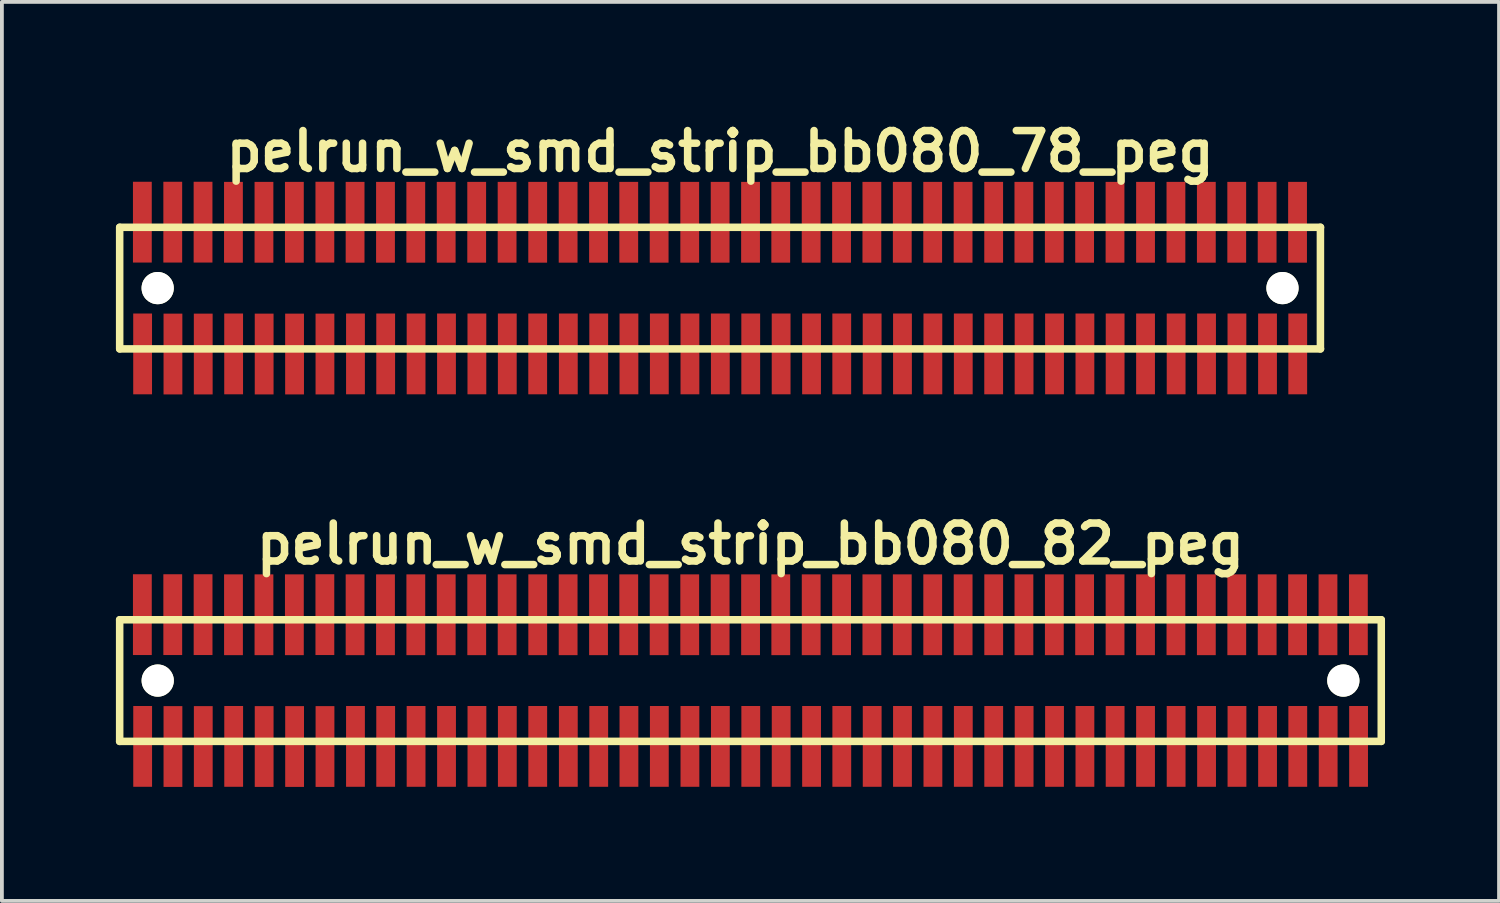
<source format=kicad_pcb>
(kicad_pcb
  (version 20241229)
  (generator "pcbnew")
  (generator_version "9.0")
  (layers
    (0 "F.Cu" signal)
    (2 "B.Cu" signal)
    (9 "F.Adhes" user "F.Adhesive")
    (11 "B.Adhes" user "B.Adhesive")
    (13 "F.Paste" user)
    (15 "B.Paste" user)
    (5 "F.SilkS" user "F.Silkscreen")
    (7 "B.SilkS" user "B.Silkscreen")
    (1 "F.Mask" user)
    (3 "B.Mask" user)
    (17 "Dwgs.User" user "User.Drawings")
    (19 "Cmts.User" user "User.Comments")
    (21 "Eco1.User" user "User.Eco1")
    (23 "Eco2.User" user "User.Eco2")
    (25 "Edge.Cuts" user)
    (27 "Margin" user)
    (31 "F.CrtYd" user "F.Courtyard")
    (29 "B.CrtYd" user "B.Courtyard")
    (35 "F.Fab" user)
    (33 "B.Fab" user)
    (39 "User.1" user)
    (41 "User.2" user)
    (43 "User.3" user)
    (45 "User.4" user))
  (footprint "pelrun_w_smd_strip_bb080_78_peg"
    (layer "F.Cu")
    (at 15.9 4.531)
    (property "Reference" "pelrun_w_smd_strip_bb080_78_peg" (at 0 -3.599 0) (layer "F.SilkS") (effects (font (size 0.998 0.998) (thickness 0.198))))
    (attr through_hole)
    (fp_line (start -15.801 -1.6) (end -15.801 1.6) (stroke (width 0.198) (type solid)) (layer "F.SilkS"))
    (fp_line (start -15.799 1.6) (end 15.799 1.6) (stroke (width 0.198) (type solid)) (layer "F.SilkS"))
    (fp_line (start 15.796 1.6) (end 15.796 -1.6) (stroke (width 0.198) (type solid)) (layer "F.SilkS"))
    (fp_line (start 15.799 -1.6) (end -15.799 -1.6) (stroke (width 0.198) (type solid)) (layer "F.SilkS"))
    (pad "" np_thru_hole circle (at -14.801 0) (size 0.848 0.848) (drill 0.848) (layers "*.Cu" "*.Mask" "F.SilkS"))
    (pad "" np_thru_hole circle (at 14.798 0) (size 0.848 0.848) (drill 0.848) (layers "*.Cu" "*.Mask" "F.SilkS"))
    (pad "1" smd rect (at -15.197 1.732) (size 0.495 2.126) (layers "F.Cu" "F.Mask" "F.Paste"))
    (pad "2" smd rect (at -15.204 -1.735) (size 0.495 2.126) (layers "F.Cu" "F.Mask" "F.Paste"))
    (pad "3" smd rect (at -14.399 1.735) (size 0.495 2.126) (layers "F.Cu" "F.Mask" "F.Paste"))
    (pad "4" smd rect (at -14.404 -1.735) (size 0.495 2.126) (layers "F.Cu" "F.Mask" "F.Paste"))
    (pad "5" smd rect (at -13.602 1.735) (size 0.495 2.126) (layers "F.Cu" "F.Mask" "F.Paste"))
    (pad "6" smd rect (at -13.607 -1.735) (size 0.495 2.126) (layers "F.Cu" "F.Mask" "F.Paste"))
    (pad "7" smd rect (at -12.802 1.732) (size 0.495 2.126) (layers "F.Cu" "F.Mask" "F.Paste"))
    (pad "8" smd rect (at -12.807 -1.732) (size 0.495 2.126) (layers "F.Cu" "F.Mask" "F.Paste"))
    (pad "9" smd rect (at -11.999 1.735) (size 0.495 2.126) (layers "F.Cu" "F.Mask" "F.Paste"))
    (pad "10" smd rect (at -12.004 -1.732) (size 0.495 2.126) (layers "F.Cu" "F.Mask" "F.Paste"))
    (pad "11" smd rect (at -11.199 1.735) (size 0.495 2.126) (layers "F.Cu" "F.Mask" "F.Paste"))
    (pad "12" smd rect (at -11.204 -1.732) (size 0.495 2.126) (layers "F.Cu" "F.Mask" "F.Paste"))
    (pad "13" smd rect (at -10.399 1.735) (size 0.495 2.126) (layers "F.Cu" "F.Mask" "F.Paste"))
    (pad "14" smd rect (at -10.401 -1.735) (size 0.495 2.126) (layers "F.Cu" "F.Mask" "F.Paste"))
    (pad "15" smd rect (at -9.596 1.732) (size 0.495 2.126) (layers "F.Cu" "F.Mask" "F.Paste"))
    (pad "16" smd rect (at -9.606 -1.732) (size 0.495 2.126) (layers "F.Cu" "F.Mask" "F.Paste"))
    (pad "17" smd rect (at -8.801 1.732) (size 0.495 2.126) (layers "F.Cu" "F.Mask" "F.Paste"))
    (pad "18" smd rect (at -8.806 -1.732) (size 0.495 2.126) (layers "F.Cu" "F.Mask" "F.Paste"))
    (pad "19" smd rect (at -8.001 1.732) (size 0.495 2.126) (layers "F.Cu" "F.Mask" "F.Paste"))
    (pad "20" smd rect (at -8.009 -1.732) (size 0.495 2.126) (layers "F.Cu" "F.Mask" "F.Paste"))
    (pad "21" smd rect (at -7.201 1.732) (size 0.495 2.126) (layers "F.Cu" "F.Mask" "F.Paste"))
    (pad "22" smd rect (at -7.209 -1.732) (size 0.495 2.126) (layers "F.Cu" "F.Mask" "F.Paste"))
    (pad "23" smd rect (at -6.401 1.732) (size 0.495 2.126) (layers "F.Cu" "F.Mask" "F.Paste"))
    (pad "24" smd rect (at -6.406 -1.732) (size 0.495 2.126) (layers "F.Cu" "F.Mask" "F.Paste"))
    (pad "25" smd rect (at -5.601 1.732) (size 0.495 2.126) (layers "F.Cu" "F.Mask" "F.Paste"))
    (pad "26" smd rect (at -5.606 -1.732) (size 0.495 2.126) (layers "F.Cu" "F.Mask" "F.Paste"))
    (pad "27" smd rect (at -4.801 1.732) (size 0.495 2.126) (layers "F.Cu" "F.Mask" "F.Paste"))
    (pad "28" smd rect (at -4.801 -1.732) (size 0.495 2.126) (layers "F.Cu" "F.Mask" "F.Paste"))
    (pad "29" smd rect (at -3.995 1.732) (size 0.495 2.126) (layers "F.Cu" "F.Mask" "F.Paste"))
    (pad "30" smd rect (at -4 -1.732) (size 0.495 2.126) (layers "F.Cu" "F.Mask" "F.Paste"))
    (pad "31" smd rect (at -3.195 1.732) (size 0.495 2.126) (layers "F.Cu" "F.Mask" "F.Paste"))
    (pad "32" smd rect (at -3.2 -1.732) (size 0.495 2.126) (layers "F.Cu" "F.Mask" "F.Paste"))
    (pad "33" smd rect (at -2.4 1.732) (size 0.495 2.126) (layers "F.Cu" "F.Mask" "F.Paste"))
    (pad "34" smd rect (at -2.405 -1.732) (size 0.495 2.126) (layers "F.Cu" "F.Mask" "F.Paste"))
    (pad "35" smd rect (at -1.6 1.732) (size 0.495 2.126) (layers "F.Cu" "F.Mask" "F.Paste"))
    (pad "36" smd rect (at -1.605 -1.732) (size 0.495 2.126) (layers "F.Cu" "F.Mask" "F.Paste"))
    (pad "37" smd rect (at -0.795 1.732) (size 0.495 2.126) (layers "F.Cu" "F.Mask" "F.Paste"))
    (pad "38" smd rect (at -0.8 -1.732) (size 0.495 2.126) (layers "F.Cu" "F.Mask" "F.Paste"))
    (pad "39" smd rect (at 0.005 1.732) (size 0.495 2.126) (layers "F.Cu" "F.Mask" "F.Paste"))
    (pad "40" smd rect (at 0 -1.732) (size 0.495 2.126) (layers "F.Cu" "F.Mask" "F.Paste"))
    (pad "41" smd rect (at 0.805 1.732) (size 0.495 2.126) (layers "F.Cu" "F.Mask" "F.Paste"))
    (pad "42" smd rect (at 0.8 -1.732) (size 0.495 2.126) (layers "F.Cu" "F.Mask" "F.Paste"))
    (pad "43" smd rect (at 1.605 1.732) (size 0.495 2.126) (layers "F.Cu" "F.Mask" "F.Paste"))
    (pad "44" smd rect (at 1.595 -1.732) (size 0.495 2.126) (layers "F.Cu" "F.Mask" "F.Paste"))
    (pad "45" smd rect (at 2.405 1.732) (size 0.495 2.126) (layers "F.Cu" "F.Mask" "F.Paste"))
    (pad "46" smd rect (at 2.395 -1.732) (size 0.495 2.126) (layers "F.Cu" "F.Mask" "F.Paste"))
    (pad "47" smd rect (at 3.2 1.732) (size 0.495 2.126) (layers "F.Cu" "F.Mask" "F.Paste"))
    (pad "48" smd rect (at 3.195 -1.732) (size 0.495 2.126) (layers "F.Cu" "F.Mask" "F.Paste"))
    (pad "49" smd rect (at 4 1.732) (size 0.495 2.126) (layers "F.Cu" "F.Mask" "F.Paste"))
    (pad "50" smd rect (at 3.993 -1.732) (size 0.495 2.126) (layers "F.Cu" "F.Mask" "F.Paste"))
    (pad "51" smd rect (at 4.798 1.732) (size 0.495 2.126) (layers "F.Cu" "F.Mask" "F.Paste"))
    (pad "52" smd rect (at 4.793 -1.732) (size 0.495 2.126) (layers "F.Cu" "F.Mask" "F.Paste"))
    (pad "53" smd rect (at 5.598 1.732) (size 0.495 2.126) (layers "F.Cu" "F.Mask" "F.Paste"))
    (pad "54" smd rect (at 5.593 -1.732) (size 0.495 2.126) (layers "F.Cu" "F.Mask" "F.Paste"))
    (pad "55" smd rect (at 6.398 1.732) (size 0.495 2.126) (layers "F.Cu" "F.Mask" "F.Paste"))
    (pad "56" smd rect (at 6.393 -1.732) (size 0.495 2.126) (layers "F.Cu" "F.Mask" "F.Paste"))
    (pad "57" smd rect (at 7.198 1.732) (size 0.495 2.126) (layers "F.Cu" "F.Mask" "F.Paste"))
    (pad "58" smd rect (at 7.198 -1.732) (size 0.495 2.126) (layers "F.Cu" "F.Mask" "F.Paste"))
    (pad "59" smd rect (at 7.998 1.732) (size 0.495 2.126) (layers "F.Cu" "F.Mask" "F.Paste"))
    (pad "60" smd rect (at 7.993 -1.732) (size 0.495 2.126) (layers "F.Cu" "F.Mask" "F.Paste"))
    (pad "61" smd rect (at 8.799 1.732) (size 0.495 2.126) (layers "F.Cu" "F.Mask" "F.Paste"))
    (pad "62" smd rect (at 8.793 -1.732) (size 0.495 2.126) (layers "F.Cu" "F.Mask" "F.Paste"))
    (pad "63" smd rect (at 9.599 1.732) (size 0.495 2.126) (layers "F.Cu" "F.Mask" "F.Paste"))
    (pad "64" smd rect (at 9.591 -1.732) (size 0.495 2.126) (layers "F.Cu" "F.Mask" "F.Paste"))
    (pad "65" smd rect (at 10.394 1.732) (size 0.495 2.126) (layers "F.Cu" "F.Mask" "F.Paste"))
    (pad "66" smd rect (at 10.391 -1.732) (size 0.495 2.126) (layers "F.Cu" "F.Mask" "F.Paste"))
    (pad "67" smd rect (at 11.194 1.732) (size 0.495 2.126) (layers "F.Cu" "F.Mask" "F.Paste"))
    (pad "68" smd rect (at 11.194 -1.732) (size 0.495 2.126) (layers "F.Cu" "F.Mask" "F.Paste"))
    (pad "69" smd rect (at 11.999 1.732) (size 0.495 2.126) (layers "F.Cu" "F.Mask" "F.Paste"))
    (pad "70" smd rect (at 11.994 -1.732) (size 0.495 2.126) (layers "F.Cu" "F.Mask" "F.Paste"))
    (pad "71" smd rect (at 12.799 1.732) (size 0.495 2.126) (layers "F.Cu" "F.Mask" "F.Paste"))
    (pad "72" smd rect (at 12.794 -1.732) (size 0.495 2.126) (layers "F.Cu" "F.Mask" "F.Paste"))
    (pad "73" smd rect (at 13.599 1.732) (size 0.495 2.126) (layers "F.Cu" "F.Mask" "F.Paste"))
    (pad "74" smd rect (at 13.594 -1.732) (size 0.495 2.126) (layers "F.Cu" "F.Mask" "F.Paste"))
    (pad "75" smd rect (at 14.404 1.732) (size 0.495 2.126) (layers "F.Cu" "F.Mask" "F.Paste"))
    (pad "76" smd rect (at 14.394 -1.732) (size 0.495 2.126) (layers "F.Cu" "F.Mask" "F.Paste"))
    (pad "77" smd rect (at 15.199 1.732) (size 0.495 2.126) (layers "F.Cu" "F.Mask" "F.Paste"))
    (pad "78" smd rect (at 15.194 -1.732) (size 0.495 2.126) (layers "F.Cu" "F.Mask" "F.Paste")))
  (footprint "pelrun_w_smd_strip_bb080_82_peg"
    (layer "F.Cu")
    (at 16.698 14.859)
    (property "Reference" "pelrun_w_smd_strip_bb080_82_peg" (at 0 -3.599 0) (layer "F.SilkS") (effects (font (size 0.998 0.998) (thickness 0.198))))
    (attr through_hole)
    (fp_line (start -16.599 -1.6) (end -16.599 1.6) (stroke (width 0.198) (type solid)) (layer "F.SilkS"))
    (fp_line (start -16.599 1.6) (end 16.599 1.6) (stroke (width 0.198) (type solid)) (layer "F.SilkS"))
    (fp_line (start 16.599 -1.6) (end -16.599 -1.6) (stroke (width 0.198) (type solid)) (layer "F.SilkS"))
    (fp_line (start 16.599 1.6) (end 16.599 -1.6) (stroke (width 0.198) (type solid)) (layer "F.SilkS"))
    (pad "" np_thru_hole circle (at -15.598 0) (size 0.848 0.848) (drill 0.848) (layers "*.Cu" "*.Mask" "F.SilkS"))
    (pad "" np_thru_hole circle (at 15.601 0) (size 0.848 0.848) (drill 0.848) (layers "*.Cu" "*.Mask" "F.SilkS"))
    (pad "1" smd rect (at -15.994 1.732) (size 0.495 2.126) (layers "F.Cu" "F.Mask" "F.Paste"))
    (pad "2" smd rect (at -16.002 -1.735) (size 0.495 2.126) (layers "F.Cu" "F.Mask" "F.Paste"))
    (pad "3" smd rect (at -15.197 1.735) (size 0.495 2.126) (layers "F.Cu" "F.Mask" "F.Paste"))
    (pad "4" smd rect (at -15.202 -1.735) (size 0.495 2.126) (layers "F.Cu" "F.Mask" "F.Paste"))
    (pad "5" smd rect (at -14.399 1.735) (size 0.495 2.126) (layers "F.Cu" "F.Mask" "F.Paste"))
    (pad "6" smd rect (at -14.404 -1.735) (size 0.495 2.126) (layers "F.Cu" "F.Mask" "F.Paste"))
    (pad "7" smd rect (at -13.599 1.732) (size 0.495 2.126) (layers "F.Cu" "F.Mask" "F.Paste"))
    (pad "8" smd rect (at -13.604 -1.732) (size 0.495 2.126) (layers "F.Cu" "F.Mask" "F.Paste"))
    (pad "9" smd rect (at -12.797 1.735) (size 0.495 2.126) (layers "F.Cu" "F.Mask" "F.Paste"))
    (pad "10" smd rect (at -12.802 -1.732) (size 0.495 2.126) (layers "F.Cu" "F.Mask" "F.Paste"))
    (pad "11" smd rect (at -11.996 1.735) (size 0.495 2.126) (layers "F.Cu" "F.Mask" "F.Paste"))
    (pad "12" smd rect (at -12.002 -1.732) (size 0.495 2.126) (layers "F.Cu" "F.Mask" "F.Paste"))
    (pad "13" smd rect (at -11.196 1.735) (size 0.495 2.126) (layers "F.Cu" "F.Mask" "F.Paste"))
    (pad "14" smd rect (at -11.199 -1.735) (size 0.495 2.126) (layers "F.Cu" "F.Mask" "F.Paste"))
    (pad "15" smd rect (at -10.394 1.732) (size 0.495 2.126) (layers "F.Cu" "F.Mask" "F.Paste"))
    (pad "16" smd rect (at -10.404 -1.732) (size 0.495 2.126) (layers "F.Cu" "F.Mask" "F.Paste"))
    (pad "17" smd rect (at -9.599 1.732) (size 0.495 2.126) (layers "F.Cu" "F.Mask" "F.Paste"))
    (pad "18" smd rect (at -9.604 -1.732) (size 0.495 2.126) (layers "F.Cu" "F.Mask" "F.Paste"))
    (pad "19" smd rect (at -8.799 1.732) (size 0.495 2.126) (layers "F.Cu" "F.Mask" "F.Paste"))
    (pad "20" smd rect (at -8.806 -1.732) (size 0.495 2.126) (layers "F.Cu" "F.Mask" "F.Paste"))
    (pad "21" smd rect (at -7.998 1.732) (size 0.495 2.126) (layers "F.Cu" "F.Mask" "F.Paste"))
    (pad "22" smd rect (at -8.006 -1.732) (size 0.495 2.126) (layers "F.Cu" "F.Mask" "F.Paste"))
    (pad "23" smd rect (at -7.198 1.732) (size 0.495 2.126) (layers "F.Cu" "F.Mask" "F.Paste"))
    (pad "24" smd rect (at -7.203 -1.732) (size 0.495 2.126) (layers "F.Cu" "F.Mask" "F.Paste"))
    (pad "25" smd rect (at -6.398 1.732) (size 0.495 2.126) (layers "F.Cu" "F.Mask" "F.Paste"))
    (pad "26" smd rect (at -6.403 -1.732) (size 0.495 2.126) (layers "F.Cu" "F.Mask" "F.Paste"))
    (pad "27" smd rect (at -5.598 1.732) (size 0.495 2.126) (layers "F.Cu" "F.Mask" "F.Paste"))
    (pad "28" smd rect (at -5.598 -1.732) (size 0.495 2.126) (layers "F.Cu" "F.Mask" "F.Paste"))
    (pad "29" smd rect (at -4.793 1.732) (size 0.495 2.126) (layers "F.Cu" "F.Mask" "F.Paste"))
    (pad "30" smd rect (at -4.798 -1.732) (size 0.495 2.126) (layers "F.Cu" "F.Mask" "F.Paste"))
    (pad "31" smd rect (at -3.993 1.732) (size 0.495 2.126) (layers "F.Cu" "F.Mask" "F.Paste"))
    (pad "32" smd rect (at -3.998 -1.732) (size 0.495 2.126) (layers "F.Cu" "F.Mask" "F.Paste"))
    (pad "33" smd rect (at -3.198 1.732) (size 0.495 2.126) (layers "F.Cu" "F.Mask" "F.Paste"))
    (pad "34" smd rect (at -3.203 -1.732) (size 0.495 2.126) (layers "F.Cu" "F.Mask" "F.Paste"))
    (pad "35" smd rect (at -2.398 1.732) (size 0.495 2.126) (layers "F.Cu" "F.Mask" "F.Paste"))
    (pad "36" smd rect (at -2.403 -1.732) (size 0.495 2.126) (layers "F.Cu" "F.Mask" "F.Paste"))
    (pad "37" smd rect (at -1.593 1.732) (size 0.495 2.126) (layers "F.Cu" "F.Mask" "F.Paste"))
    (pad "38" smd rect (at -1.598 -1.732) (size 0.495 2.126) (layers "F.Cu" "F.Mask" "F.Paste"))
    (pad "39" smd rect (at -0.792 1.732) (size 0.495 2.126) (layers "F.Cu" "F.Mask" "F.Paste"))
    (pad "40" smd rect (at -0.798 -1.732) (size 0.495 2.126) (layers "F.Cu" "F.Mask" "F.Paste"))
    (pad "41" smd rect (at 0.008 1.732) (size 0.495 2.126) (layers "F.Cu" "F.Mask" "F.Paste"))
    (pad "42" smd rect (at 0.003 -1.732) (size 0.495 2.126) (layers "F.Cu" "F.Mask" "F.Paste"))
    (pad "43" smd rect (at 0.808 1.732) (size 0.495 2.126) (layers "F.Cu" "F.Mask" "F.Paste"))
    (pad "44" smd rect (at 0.798 -1.732) (size 0.495 2.126) (layers "F.Cu" "F.Mask" "F.Paste"))
    (pad "45" smd rect (at 1.608 1.732) (size 0.495 2.126) (layers "F.Cu" "F.Mask" "F.Paste"))
    (pad "46" smd rect (at 1.598 -1.732) (size 0.495 2.126) (layers "F.Cu" "F.Mask" "F.Paste"))
    (pad "47" smd rect (at 2.403 1.732) (size 0.495 2.126) (layers "F.Cu" "F.Mask" "F.Paste"))
    (pad "48" smd rect (at 2.398 -1.732) (size 0.495 2.126) (layers "F.Cu" "F.Mask" "F.Paste"))
    (pad "49" smd rect (at 3.203 1.732) (size 0.495 2.126) (layers "F.Cu" "F.Mask" "F.Paste"))
    (pad "50" smd rect (at 3.195 -1.732) (size 0.495 2.126) (layers "F.Cu" "F.Mask" "F.Paste"))
    (pad "51" smd rect (at 4 1.732) (size 0.495 2.126) (layers "F.Cu" "F.Mask" "F.Paste"))
    (pad "52" smd rect (at 3.995 -1.732) (size 0.495 2.126) (layers "F.Cu" "F.Mask" "F.Paste"))
    (pad "53" smd rect (at 4.801 1.732) (size 0.495 2.126) (layers "F.Cu" "F.Mask" "F.Paste"))
    (pad "54" smd rect (at 4.796 -1.732) (size 0.495 2.126) (layers "F.Cu" "F.Mask" "F.Paste"))
    (pad "55" smd rect (at 5.601 1.732) (size 0.495 2.126) (layers "F.Cu" "F.Mask" "F.Paste"))
    (pad "56" smd rect (at 5.596 -1.732) (size 0.495 2.126) (layers "F.Cu" "F.Mask" "F.Paste"))
    (pad "57" smd rect (at 6.401 1.732) (size 0.495 2.126) (layers "F.Cu" "F.Mask" "F.Paste"))
    (pad "58" smd rect (at 6.401 -1.732) (size 0.495 2.126) (layers "F.Cu" "F.Mask" "F.Paste"))
    (pad "59" smd rect (at 7.201 1.732) (size 0.495 2.126) (layers "F.Cu" "F.Mask" "F.Paste"))
    (pad "60" smd rect (at 7.196 -1.732) (size 0.495 2.126) (layers "F.Cu" "F.Mask" "F.Paste"))
    (pad "61" smd rect (at 8.001 1.732) (size 0.495 2.126) (layers "F.Cu" "F.Mask" "F.Paste"))
    (pad "62" smd rect (at 7.996 -1.732) (size 0.495 2.126) (layers "F.Cu" "F.Mask" "F.Paste"))
    (pad "63" smd rect (at 8.801 1.732) (size 0.495 2.126) (layers "F.Cu" "F.Mask" "F.Paste"))
    (pad "64" smd rect (at 8.793 -1.732) (size 0.495 2.126) (layers "F.Cu" "F.Mask" "F.Paste"))
    (pad "65" smd rect (at 9.596 1.732) (size 0.495 2.126) (layers "F.Cu" "F.Mask" "F.Paste"))
    (pad "66" smd rect (at 9.594 -1.732) (size 0.495 2.126) (layers "F.Cu" "F.Mask" "F.Paste"))
    (pad "67" smd rect (at 10.396 1.732) (size 0.495 2.126) (layers "F.Cu" "F.Mask" "F.Paste"))
    (pad "68" smd rect (at 10.396 -1.732) (size 0.495 2.126) (layers "F.Cu" "F.Mask" "F.Paste"))
    (pad "69" smd rect (at 11.201 1.732) (size 0.495 2.126) (layers "F.Cu" "F.Mask" "F.Paste"))
    (pad "70" smd rect (at 11.196 -1.732) (size 0.495 2.126) (layers "F.Cu" "F.Mask" "F.Paste"))
    (pad "71" smd rect (at 12.002 1.732) (size 0.495 2.126) (layers "F.Cu" "F.Mask" "F.Paste"))
    (pad "72" smd rect (at 11.996 -1.732) (size 0.495 2.126) (layers "F.Cu" "F.Mask" "F.Paste"))
    (pad "73" smd rect (at 12.802 1.732) (size 0.495 2.126) (layers "F.Cu" "F.Mask" "F.Paste"))
    (pad "74" smd rect (at 12.797 -1.732) (size 0.495 2.126) (layers "F.Cu" "F.Mask" "F.Paste"))
    (pad "75" smd rect (at 13.607 1.732) (size 0.495 2.126) (layers "F.Cu" "F.Mask" "F.Paste"))
    (pad "76" smd rect (at 13.597 -1.732) (size 0.495 2.126) (layers "F.Cu" "F.Mask" "F.Paste"))
    (pad "77" smd rect (at 14.402 1.732) (size 0.495 2.126) (layers "F.Cu" "F.Mask" "F.Paste"))
    (pad "78" smd rect (at 14.397 -1.732) (size 0.495 2.126) (layers "F.Cu" "F.Mask" "F.Paste"))
    (pad "79" smd rect (at 15.202 1.732) (size 0.495 2.126) (layers "F.Cu" "F.Mask" "F.Paste"))
    (pad "80" smd rect (at 15.197 -1.732) (size 0.495 2.126) (layers "F.Cu" "F.Mask" "F.Paste"))
    (pad "81" smd rect (at 16.002 1.732) (size 0.495 2.126) (layers "F.Cu" "F.Mask" "F.Paste"))
    (pad "82" smd rect (at 15.997 -1.732) (size 0.495 2.126) (layers "F.Cu" "F.Mask" "F.Paste")))
  (gr_rect
    (start -3 -3)
    (end 36.396 20.657)
    (stroke (width 0.1) (type default))
    (fill no)
    (layer "Edge.Cuts")))
</source>
